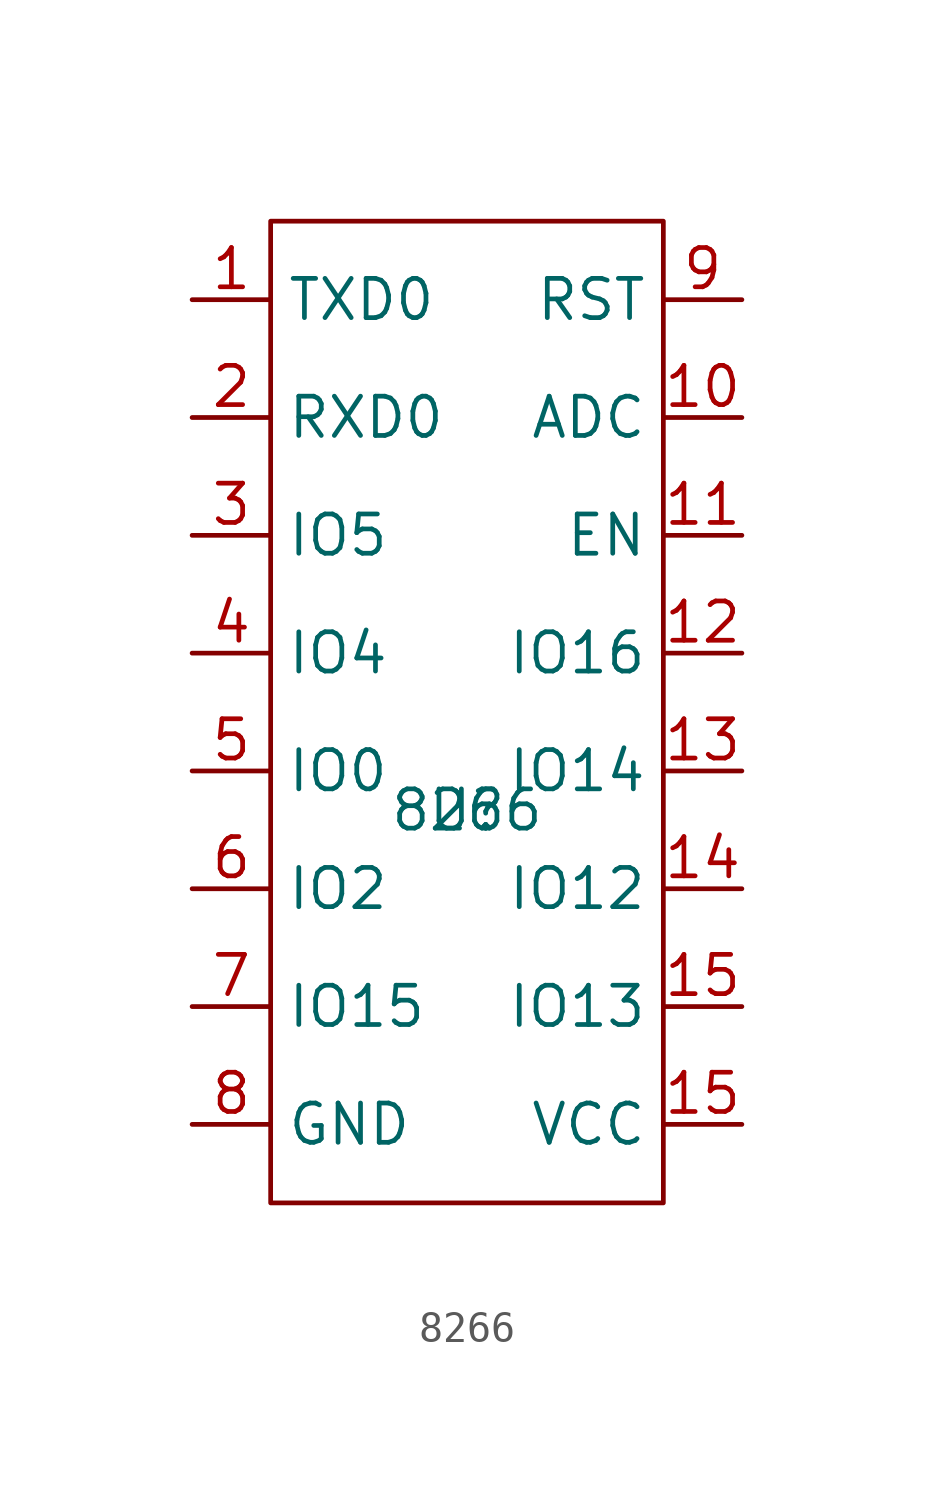
<source format=kicad_sym>
(kicad_symbol_lib
  (version 20211014)
  (generator kicad_symbol_editor)
  (symbol "8266"
    (property "Reference" "U"
      (at 0 -3.81 0)
      (effects (font (size 1.27 1.27))))
    (property "Value" "8266"
      (at 0 -3.81 0)
      (effects (font (size 1.27 1.27))))
    (symbol "8266_0_1"
      (rectangle (start -6.35 15.24) (end 6.35 -16.51) (stroke (width 0) (type default) (color 0 0 0 0)) (fill (type none))))
    (symbol "8266_1_1"
      (pin bidirectional line (at -8.89 12.7 0) (length 2.54) (name "TXD0" (effects (font (size 1.27 1.27)))) (number "1" (effects (font (size 1.27 1.27)))))
      (pin input line (at 8.89 8.89 180) (length 2.54) (name "ADC" (effects (font (size 1.27 1.27)))) (number "10" (effects (font (size 1.27 1.27)))))
      (pin input line (at 8.89 5.08 180) (length 2.54) (name "EN" (effects (font (size 1.27 1.27)))) (number "11" (effects (font (size 1.27 1.27)))))
      (pin input line (at 8.89 1.27 180) (length 2.54) (name "IO16" (effects (font (size 1.27 1.27)))) (number "12" (effects (font (size 1.27 1.27)))))
      (pin input line (at 8.89 -2.54 180) (length 2.54) (name "IO14" (effects (font (size 1.27 1.27)))) (number "13" (effects (font (size 1.27 1.27)))))
      (pin input line (at 8.89 -6.35 180) (length 2.54) (name "IO12" (effects (font (size 1.27 1.27)))) (number "14" (effects (font (size 1.27 1.27)))))
      (pin input line (at 8.89 -10.16 180) (length 2.54) (name "IO13" (effects (font (size 1.27 1.27)))) (number "15" (effects (font (size 1.27 1.27)))))
      (pin input line (at 8.89 -13.97 180) (length 2.54) (name "VCC" (effects (font (size 1.27 1.27)))) (number "15" (effects (font (size 1.27 1.27)))))
      (pin bidirectional line (at -8.89 8.89 0) (length 2.54) (name "RXD0" (effects (font (size 1.27 1.27)))) (number "2" (effects (font (size 1.27 1.27)))))
      (pin bidirectional line (at -8.89 5.08 0) (length 2.54) (name "IO5" (effects (font (size 1.27 1.27)))) (number "3" (effects (font (size 1.27 1.27)))))
      (pin bidirectional line (at -8.89 1.27 0) (length 2.54) (name "IO4" (effects (font (size 1.27 1.27)))) (number "4" (effects (font (size 1.27 1.27)))))
      (pin bidirectional line (at -8.89 -2.54 0) (length 2.54) (name "IO0" (effects (font (size 1.27 1.27)))) (number "5" (effects (font (size 1.27 1.27)))))
      (pin bidirectional line (at -8.89 -6.35 0) (length 2.54) (name "IO2" (effects (font (size 1.27 1.27)))) (number "6" (effects (font (size 1.27 1.27)))))
      (pin bidirectional line (at -8.89 -10.16 0) (length 2.54) (name "IO15" (effects (font (size 1.27 1.27)))) (number "7" (effects (font (size 1.27 1.27)))))
      (pin input line (at -8.89 -13.97 0) (length 2.54) (name "GND" (effects (font (size 1.27 1.27)))) (number "8" (effects (font (size 1.27 1.27)))))
      (pin input line (at 8.89 12.7 180) (length 2.54) (name "RST" (effects (font (size 1.27 1.27)))) (number "9" (effects (font (size 1.27 1.27))))))))
</source>
